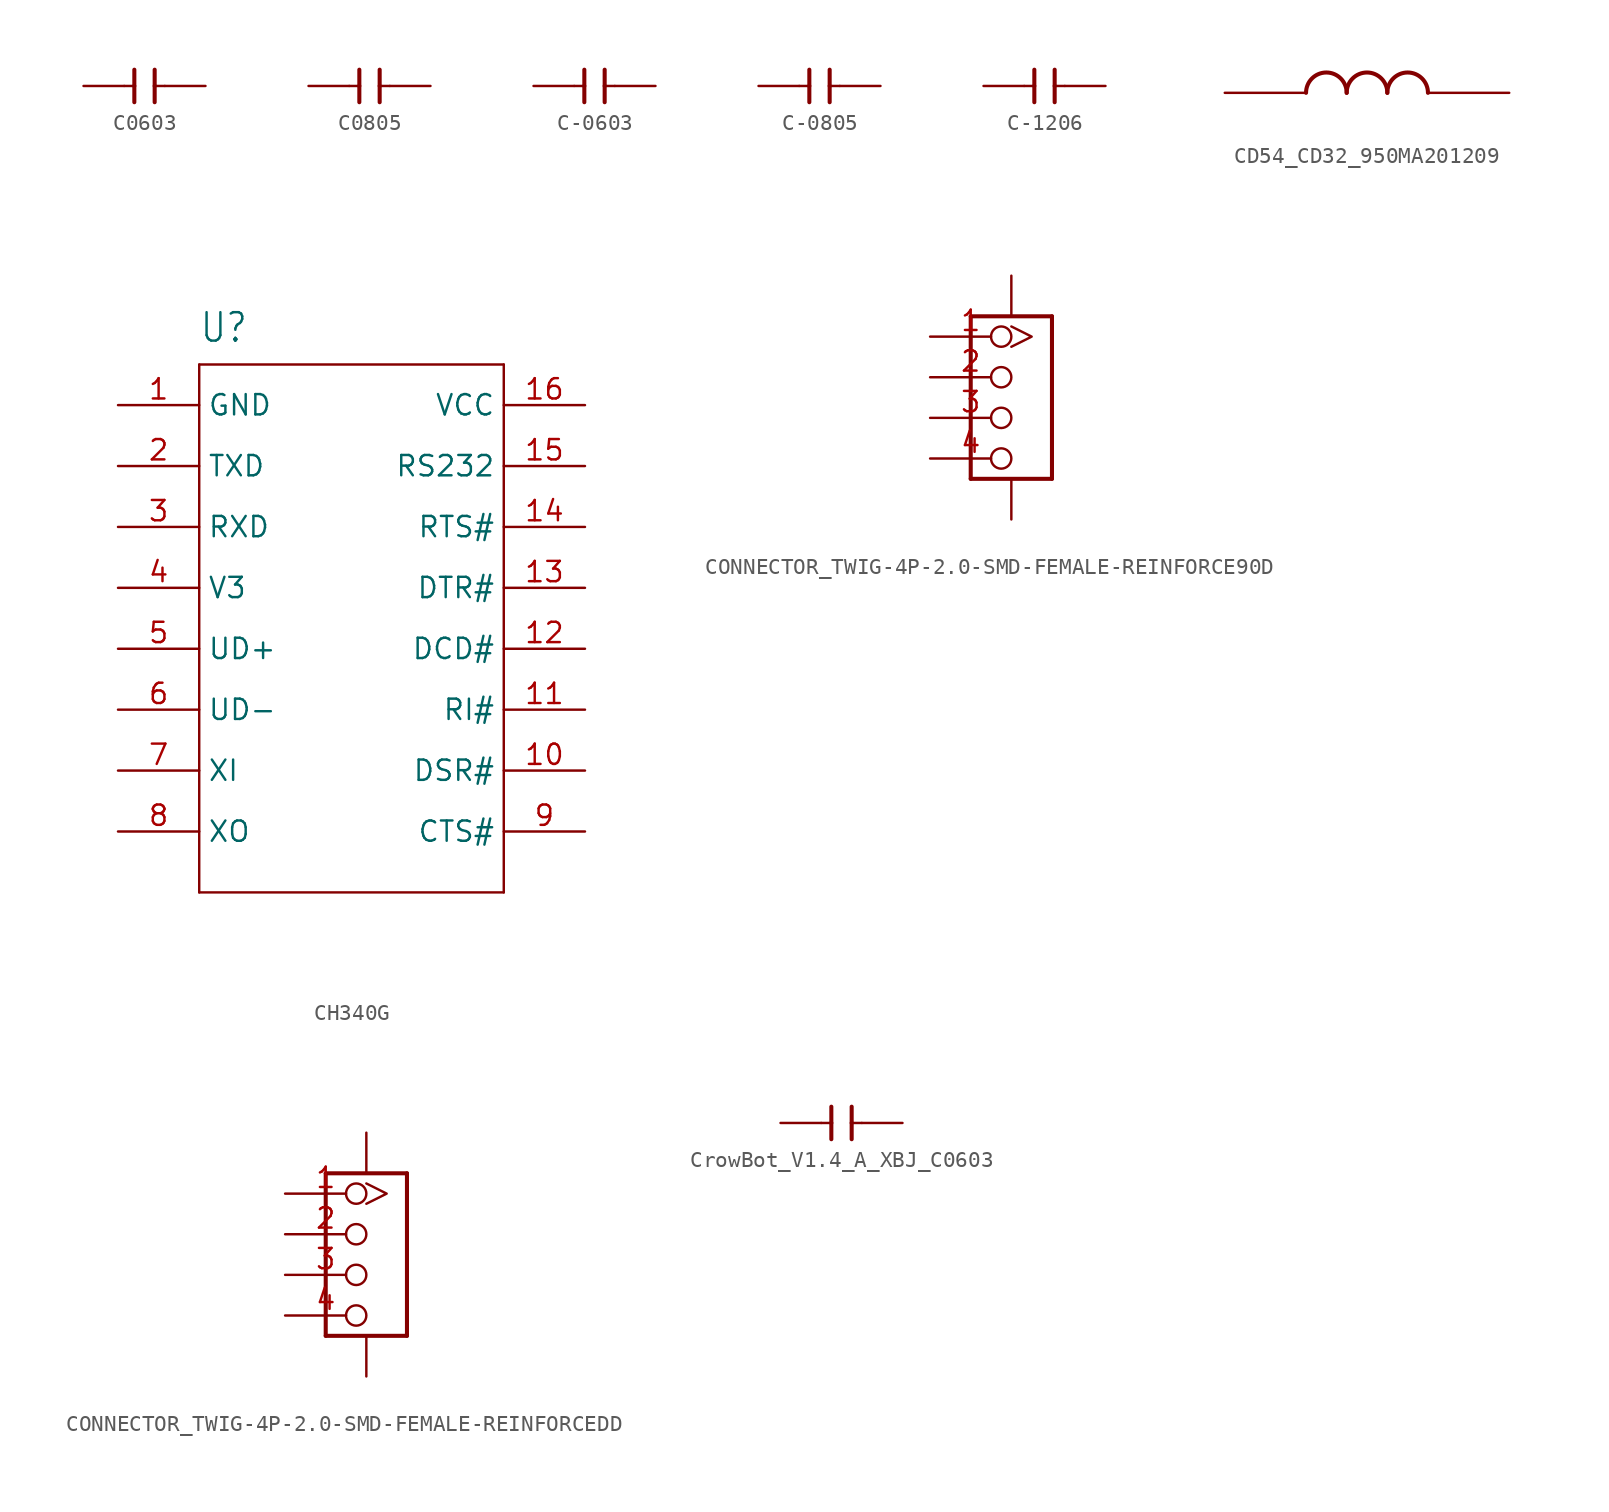
<source format=kicad_sym>
(kicad_symbol_lib
  (version 20231120)
  (generator "kicad_symbol_editor")
  (generator_version "8.0")
  (symbol "C0603"
    (property "Reference" "C"
      (at -3.81 2.54 0)
      (effects (font (size 1.27 1.079)) (justify left bottom) (hide yes)))
    (property "ki_locked" ""
      (at 0 0 0)
      (effects (font (size 1.27 1.27))))
    (symbol "C0603_1_0"
      (polyline (pts (xy -1.27 0) (xy -0.635 0)) (stroke (width 0.152) (type solid)) (fill (type none)))
      (polyline (pts (xy -0.635 -1.016) (xy -0.635 0)) (stroke (width 0.254) (type solid)) (fill (type none)))
      (polyline (pts (xy -0.635 0) (xy -0.635 1.016)) (stroke (width 0.254) (type solid)) (fill (type none)))
      (polyline (pts (xy 0.635 0) (xy 0.635 -1.016)) (stroke (width 0.254) (type solid)) (fill (type none)))
      (polyline (pts (xy 0.635 0) (xy 1.27 0)) (stroke (width 0.152) (type solid)) (fill (type none)))
      (polyline (pts (xy 0.635 1.016) (xy 0.635 0)) (stroke (width 0.254) (type solid)) (fill (type none)))
      (pin passive line (at -3.81 0 0) (length 2.54) (name "1" (effects (font (size 0 0)))) (number "1" (effects (font (size 0 0)))))
      (pin passive line (at 3.81 0 180) (length 2.54) (name "2" (effects (font (size 0 0)))) (number "2" (effects (font (size 0 0)))))))
  (symbol "C0805"
    (property "Reference" "C"
      (at -3.81 2.54 0)
      (effects (font (size 1.27 1.079)) (justify left bottom) (hide yes)))
    (property "ki_locked" ""
      (at 0 0 0)
      (effects (font (size 1.27 1.27))))
    (symbol "C0805_1_0"
      (polyline (pts (xy -1.27 0) (xy -0.635 0)) (stroke (width 0.152) (type solid)) (fill (type none)))
      (polyline (pts (xy -0.635 -1.016) (xy -0.635 0)) (stroke (width 0.254) (type solid)) (fill (type none)))
      (polyline (pts (xy -0.635 0) (xy -0.635 1.016)) (stroke (width 0.254) (type solid)) (fill (type none)))
      (polyline (pts (xy 0.635 0) (xy 0.635 -1.016)) (stroke (width 0.254) (type solid)) (fill (type none)))
      (polyline (pts (xy 0.635 0) (xy 1.27 0)) (stroke (width 0.152) (type solid)) (fill (type none)))
      (polyline (pts (xy 0.635 1.016) (xy 0.635 0)) (stroke (width 0.254) (type solid)) (fill (type none)))
      (pin passive line (at -3.81 0 0) (length 2.54) (name "1" (effects (font (size 0 0)))) (number "1" (effects (font (size 0 0)))))
      (pin passive line (at 3.81 0 180) (length 2.54) (name "2" (effects (font (size 0 0)))) (number "2" (effects (font (size 0 0)))))))
  (symbol "C-0603"
    (property "Reference" "C"
      (at -3.81 0 0)
      (effects (font (size 1.27 1.079)) (justify left bottom) (hide yes)))
    (property "ki_locked" ""
      (at 0 0 0)
      (effects (font (size 1.27 1.27))))
    (symbol "C-0603_1_0"
      (polyline (pts (xy -1.27 0) (xy -0.635 0)) (stroke (width 0.152) (type solid)) (fill (type none)))
      (polyline (pts (xy -0.635 -1.016) (xy -0.635 0)) (stroke (width 0.254) (type solid)) (fill (type none)))
      (polyline (pts (xy -0.635 0) (xy -0.635 1.016)) (stroke (width 0.254) (type solid)) (fill (type none)))
      (polyline (pts (xy 0.635 0) (xy 0.635 -1.016)) (stroke (width 0.254) (type solid)) (fill (type none)))
      (polyline (pts (xy 0.635 0) (xy 1.27 0)) (stroke (width 0.152) (type solid)) (fill (type none)))
      (polyline (pts (xy 0.635 1.016) (xy 0.635 0)) (stroke (width 0.254) (type solid)) (fill (type none)))
      (pin passive line (at -3.81 0 0) (length 2.54) (name "1" (effects (font (size 0 0)))) (number "1" (effects (font (size 0 0)))))
      (pin passive line (at 3.81 0 180) (length 2.54) (name "2" (effects (font (size 0 0)))) (number "2" (effects (font (size 0 0)))))))
  (symbol "C-0805"
    (property "Reference" "C"
      (at -3.81 0 0)
      (effects (font (size 1.27 1.079)) (justify left bottom) (hide yes)))
    (property "ki_locked" ""
      (at 0 0 0)
      (effects (font (size 1.27 1.27))))
    (symbol "C-0805_1_0"
      (polyline (pts (xy -1.27 0) (xy -0.635 0)) (stroke (width 0.152) (type solid)) (fill (type none)))
      (polyline (pts (xy -0.635 -1.016) (xy -0.635 0)) (stroke (width 0.254) (type solid)) (fill (type none)))
      (polyline (pts (xy -0.635 0) (xy -0.635 1.016)) (stroke (width 0.254) (type solid)) (fill (type none)))
      (polyline (pts (xy 0.635 0) (xy 0.635 -1.016)) (stroke (width 0.254) (type solid)) (fill (type none)))
      (polyline (pts (xy 0.635 0) (xy 1.27 0)) (stroke (width 0.152) (type solid)) (fill (type none)))
      (polyline (pts (xy 0.635 1.016) (xy 0.635 0)) (stroke (width 0.254) (type solid)) (fill (type none)))
      (pin passive line (at -3.81 0 0) (length 2.54) (name "1" (effects (font (size 0 0)))) (number "1" (effects (font (size 0 0)))))
      (pin passive line (at 3.81 0 180) (length 2.54) (name "2" (effects (font (size 0 0)))) (number "2" (effects (font (size 0 0)))))))
  (symbol "C-1206"
    (property "Reference" "C"
      (at -3.81 0 0)
      (effects (font (size 1.27 1.079)) (justify left bottom) (hide yes)))
    (property "ki_locked" ""
      (at 0 0 0)
      (effects (font (size 1.27 1.27))))
    (symbol "C-1206_1_0"
      (polyline (pts (xy -1.27 0) (xy -0.635 0)) (stroke (width 0.152) (type solid)) (fill (type none)))
      (polyline (pts (xy -0.635 -1.016) (xy -0.635 0)) (stroke (width 0.254) (type solid)) (fill (type none)))
      (polyline (pts (xy -0.635 0) (xy -0.635 1.016)) (stroke (width 0.254) (type solid)) (fill (type none)))
      (polyline (pts (xy 0.635 0) (xy 0.635 -1.016)) (stroke (width 0.254) (type solid)) (fill (type none)))
      (polyline (pts (xy 0.635 0) (xy 1.27 0)) (stroke (width 0.152) (type solid)) (fill (type none)))
      (polyline (pts (xy 0.635 1.016) (xy 0.635 0)) (stroke (width 0.254) (type solid)) (fill (type none)))
      (pin passive line (at -3.81 0 0) (length 2.54) (name "1" (effects (font (size 0 0)))) (number "1" (effects (font (size 0 0)))))
      (pin passive line (at 3.81 0 180) (length 2.54) (name "2" (effects (font (size 0 0)))) (number "2" (effects (font (size 0 0)))))))
  (symbol "CD54_CD32_950MA201209"
    (property "Reference" ""
      (at -7.62 2.54 0)
      (effects (font (size 1.016 0.864)) (justify left bottom) (hide yes)))
    (property "Value" ""
      (at -7.62 -2.54 0)
      (effects (font (size 1.016 0.864)) (justify left bottom)))
    (property "ki_locked" ""
      (at 0 0 0)
      (effects (font (size 1.27 1.27))))
    (symbol "CD54_CD32_950MA201209_1_0"
      (arc (start -5.08 0) (mid -6.35 1.27) (end -7.62 0) (stroke (width 0.254) (type solid)) (fill (type none)))
      (arc (start -2.54 0) (mid -3.81 1.27) (end -5.08 0) (stroke (width 0.254) (type solid)) (fill (type none)))
      (arc (start 0 0) (mid -1.27 1.27) (end -2.54 0) (stroke (width 0.254) (type solid)) (fill (type none)))
      (pin bidirectional line (at -12.7 0 0) (length 5.08) (name "1" (effects (font (size 0 0)))) (number "1" (effects (font (size 0 0)))))
      (pin bidirectional line (at 5.08 0 180) (length 5.08) (name "2" (effects (font (size 0 0)))) (number "2" (effects (font (size 0 0)))))))
  (symbol "CH340G"
    (property "Reference" "U"
      (at -8.89 17.78 0)
      (effects (font (size 1.778 1.511)) (justify left bottom)))
    (property "Value" ""
      (at -8.89 -19.05 0)
      (effects (font (size 1.778 1.511)) (justify left bottom)))
    (property "ki_locked" ""
      (at 0 0 0)
      (effects (font (size 1.27 1.27))))
    (symbol "CH340G_1_0"
      (polyline (pts (xy -8.89 -16.51) (xy -8.89 16.51)) (stroke (width 0.152) (type solid)) (fill (type none)))
      (polyline (pts (xy -8.89 16.51) (xy 10.16 16.51)) (stroke (width 0.152) (type solid)) (fill (type none)))
      (polyline (pts (xy 10.16 -16.51) (xy -8.89 -16.51)) (stroke (width 0.152) (type solid)) (fill (type none)))
      (polyline (pts (xy 10.16 16.51) (xy 10.16 -16.51)) (stroke (width 0.152) (type solid)) (fill (type none)))
      (pin bidirectional line (at -13.97 13.97 0) (length 5.08) (name "GND" (effects (font (size 1.27 1.27)))) (number "1" (effects (font (size 1.27 1.27)))))
      (pin bidirectional line (at 15.24 -8.89 180) (length 5.08) (name "DSR#" (effects (font (size 1.27 1.27)))) (number "10" (effects (font (size 1.27 1.27)))))
      (pin bidirectional line (at 15.24 -5.08 180) (length 5.08) (name "RI#" (effects (font (size 1.27 1.27)))) (number "11" (effects (font (size 1.27 1.27)))))
      (pin bidirectional line (at 15.24 -1.27 180) (length 5.08) (name "DCD#" (effects (font (size 1.27 1.27)))) (number "12" (effects (font (size 1.27 1.27)))))
      (pin bidirectional line (at 15.24 2.54 180) (length 5.08) (name "DTR#" (effects (font (size 1.27 1.27)))) (number "13" (effects (font (size 1.27 1.27)))))
      (pin bidirectional line (at 15.24 6.35 180) (length 5.08) (name "RTS#" (effects (font (size 1.27 1.27)))) (number "14" (effects (font (size 1.27 1.27)))))
      (pin bidirectional line (at 15.24 10.16 180) (length 5.08) (name "RS232" (effects (font (size 1.27 1.27)))) (number "15" (effects (font (size 1.27 1.27)))))
      (pin bidirectional line (at 15.24 13.97 180) (length 5.08) (name "VCC" (effects (font (size 1.27 1.27)))) (number "16" (effects (font (size 1.27 1.27)))))
      (pin bidirectional line (at -13.97 10.16 0) (length 5.08) (name "TXD" (effects (font (size 1.27 1.27)))) (number "2" (effects (font (size 1.27 1.27)))))
      (pin bidirectional line (at -13.97 6.35 0) (length 5.08) (name "RXD" (effects (font (size 1.27 1.27)))) (number "3" (effects (font (size 1.27 1.27)))))
      (pin bidirectional line (at -13.97 2.54 0) (length 5.08) (name "V3" (effects (font (size 1.27 1.27)))) (number "4" (effects (font (size 1.27 1.27)))))
      (pin bidirectional line (at -13.97 -1.27 0) (length 5.08) (name "UD+" (effects (font (size 1.27 1.27)))) (number "5" (effects (font (size 1.27 1.27)))))
      (pin bidirectional line (at -13.97 -5.08 0) (length 5.08) (name "UD-" (effects (font (size 1.27 1.27)))) (number "6" (effects (font (size 1.27 1.27)))))
      (pin bidirectional line (at -13.97 -8.89 0) (length 5.08) (name "XI" (effects (font (size 1.27 1.27)))) (number "7" (effects (font (size 1.27 1.27)))))
      (pin bidirectional line (at -13.97 -12.7 0) (length 5.08) (name "XO" (effects (font (size 1.27 1.27)))) (number "8" (effects (font (size 1.27 1.27)))))
      (pin bidirectional line (at 15.24 -12.7 180) (length 5.08) (name "CTS#" (effects (font (size 1.27 1.27)))) (number "9" (effects (font (size 1.27 1.27)))))))
  (symbol "CONNECTOR_TWIG-4P-2.0-SMD-FEMALE-REINFORCE90D"
    (property "Reference" "J"
      (at -2.54 5.08 0)
      (effects (font (size 1.27 1.079)) (justify left bottom) (hide yes)))
    (property "ki_locked" ""
      (at 0 0 0)
      (effects (font (size 1.27 1.27))))
    (symbol "CONNECTOR_TWIG-4P-2.0-SMD-FEMALE-REINFORCE90D_1_0"
      (polyline (pts (xy -2.54 -5.08) (xy -2.54 5.08)) (stroke (width 0.254) (type solid)) (fill (type none)))
      (polyline (pts (xy -2.54 5.08) (xy 2.54 5.08)) (stroke (width 0.254) (type solid)) (fill (type none)))
      (polyline (pts (xy 2.54 -5.08) (xy -2.54 -5.08)) (stroke (width 0.254) (type solid)) (fill (type none)))
      (polyline (pts (xy 2.54 5.08) (xy 2.54 -5.08)) (stroke (width 0.254) (type solid)) (fill (type none)))
      (pin bidirectional inverted_clock (at -5.08 3.81 0) (length 5.08) (name "1" (effects (font (size 0 0)))) (number "1" (effects (font (size 1.27 1.27)))))
      (pin bidirectional inverted (at -5.08 1.27 0) (length 5.08) (name "2" (effects (font (size 0 0)))) (number "2" (effects (font (size 1.27 1.27)))))
      (pin bidirectional inverted (at -5.08 -1.27 0) (length 5.08) (name "3" (effects (font (size 0 0)))) (number "3" (effects (font (size 1.27 1.27)))))
      (pin bidirectional inverted (at -5.08 -3.81 0) (length 5.08) (name "4" (effects (font (size 0 0)))) (number "4" (effects (font (size 1.27 1.27)))))
      (pin bidirectional line (at 0 7.62 270) (length 2.54) (name "SS1" (effects (font (size 0 0)))) (number "SS1" (effects (font (size 0 0)))))
      (pin bidirectional line (at 0 -7.62 90) (length 2.54) (name "SS2" (effects (font (size 0 0)))) (number "SS2" (effects (font (size 0 0)))))))
  (symbol "CONNECTOR_TWIG-4P-2.0-SMD-FEMALE-REINFORCEDD"
    (property "Reference" "J"
      (at -2.54 5.08 0)
      (effects (font (size 1.27 1.079)) (justify left bottom) (hide yes)))
    (property "ki_locked" ""
      (at 0 0 0)
      (effects (font (size 1.27 1.27))))
    (symbol "CONNECTOR_TWIG-4P-2.0-SMD-FEMALE-REINFORCEDD_1_0"
      (polyline (pts (xy -2.54 -5.08) (xy -2.54 5.08)) (stroke (width 0.254) (type solid)) (fill (type none)))
      (polyline (pts (xy -2.54 5.08) (xy 2.54 5.08)) (stroke (width 0.254) (type solid)) (fill (type none)))
      (polyline (pts (xy 2.54 -5.08) (xy -2.54 -5.08)) (stroke (width 0.254) (type solid)) (fill (type none)))
      (polyline (pts (xy 2.54 5.08) (xy 2.54 -5.08)) (stroke (width 0.254) (type solid)) (fill (type none)))
      (pin bidirectional inverted_clock (at -5.08 3.81 0) (length 5.08) (name "1" (effects (font (size 0 0)))) (number "1" (effects (font (size 1.27 1.27)))))
      (pin bidirectional inverted (at -5.08 1.27 0) (length 5.08) (name "2" (effects (font (size 0 0)))) (number "2" (effects (font (size 1.27 1.27)))))
      (pin bidirectional inverted (at -5.08 -1.27 0) (length 5.08) (name "3" (effects (font (size 0 0)))) (number "3" (effects (font (size 1.27 1.27)))))
      (pin bidirectional inverted (at -5.08 -3.81 0) (length 5.08) (name "4" (effects (font (size 0 0)))) (number "4" (effects (font (size 1.27 1.27)))))
      (pin bidirectional line (at 0 7.62 270) (length 2.54) (name "SS1" (effects (font (size 0 0)))) (number "SS1" (effects (font (size 0 0)))))
      (pin bidirectional line (at 0 -7.62 90) (length 2.54) (name "SS2" (effects (font (size 0 0)))) (number "SS2" (effects (font (size 0 0)))))))
  (symbol "CrowBot_V1.4_A_XBJ_C0603"
    (property "Reference" "C"
      (at -3.81 2.54 0)
      (effects (font (size 1.27 1.079)) (justify left bottom) (hide yes)))
    (property "ki_locked" ""
      (at 0 0 0)
      (effects (font (size 1.27 1.27))))
    (symbol "CrowBot_V1.4_A_XBJ_C0603_1_0"
      (polyline (pts (xy -1.27 0) (xy -0.635 0)) (stroke (width 0.152) (type solid)) (fill (type none)))
      (polyline (pts (xy -0.635 -1.016) (xy -0.635 0)) (stroke (width 0.254) (type solid)) (fill (type none)))
      (polyline (pts (xy -0.635 0) (xy -0.635 1.016)) (stroke (width 0.254) (type solid)) (fill (type none)))
      (polyline (pts (xy 0.635 0) (xy 0.635 -1.016)) (stroke (width 0.254) (type solid)) (fill (type none)))
      (polyline (pts (xy 0.635 0) (xy 1.27 0)) (stroke (width 0.152) (type solid)) (fill (type none)))
      (polyline (pts (xy 0.635 1.016) (xy 0.635 0)) (stroke (width 0.254) (type solid)) (fill (type none)))
      (pin passive line (at -3.81 0 0) (length 2.54) (name "1" (effects (font (size 0 0)))) (number "1" (effects (font (size 0 0)))))
      (pin passive line (at 3.81 0 180) (length 2.54) (name "2" (effects (font (size 0 0)))) (number "2" (effects (font (size 0 0))))))))
</source>
